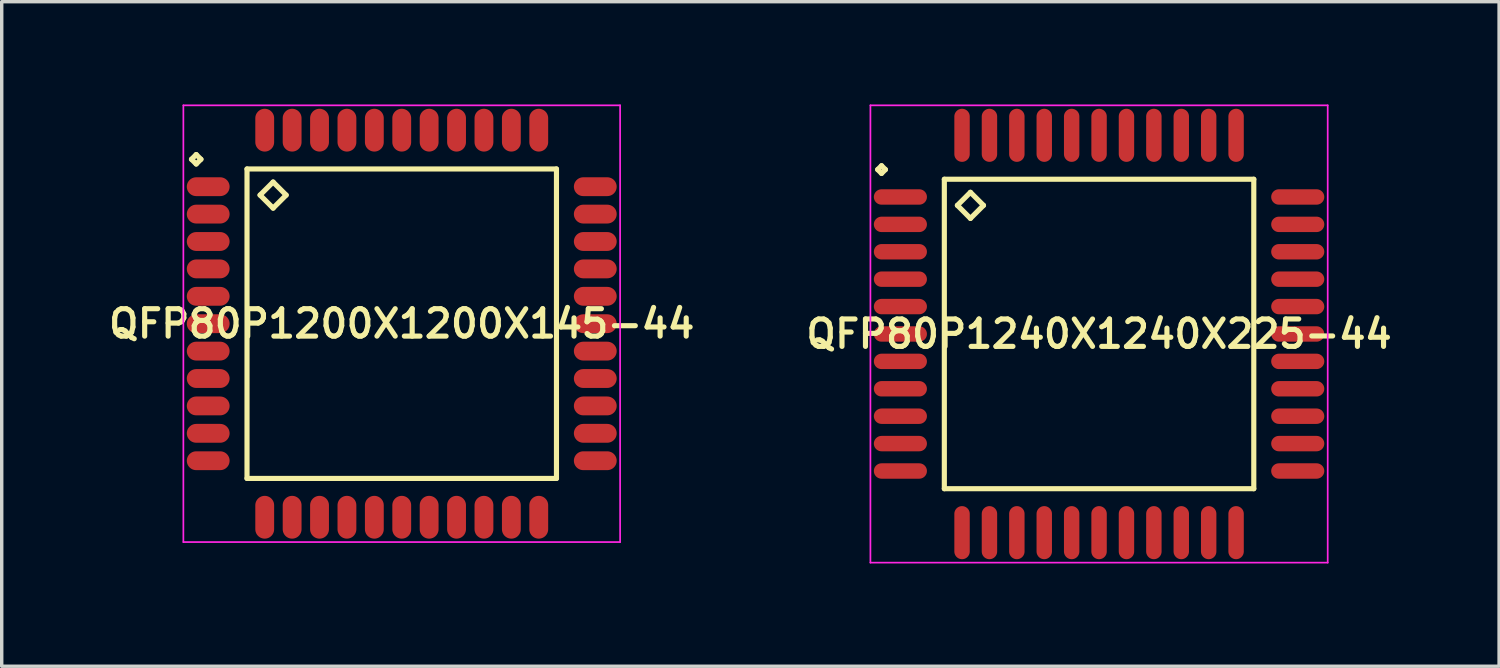
<source format=kicad_pcb>
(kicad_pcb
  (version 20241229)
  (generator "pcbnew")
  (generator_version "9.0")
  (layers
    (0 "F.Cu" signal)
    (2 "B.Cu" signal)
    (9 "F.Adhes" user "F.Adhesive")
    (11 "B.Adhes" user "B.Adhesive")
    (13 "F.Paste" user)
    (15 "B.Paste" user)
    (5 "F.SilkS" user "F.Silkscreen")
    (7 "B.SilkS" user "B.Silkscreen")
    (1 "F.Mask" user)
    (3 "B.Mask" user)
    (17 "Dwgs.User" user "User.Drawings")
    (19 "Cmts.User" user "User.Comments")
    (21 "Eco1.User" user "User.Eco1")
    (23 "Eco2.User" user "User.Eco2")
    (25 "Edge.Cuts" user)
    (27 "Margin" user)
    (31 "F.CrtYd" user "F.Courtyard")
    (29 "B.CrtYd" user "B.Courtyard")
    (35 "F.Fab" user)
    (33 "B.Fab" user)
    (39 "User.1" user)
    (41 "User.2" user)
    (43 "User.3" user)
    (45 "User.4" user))
  (footprint "QFP80P1240X1240X225-44"
    (layer "F.Cu")
    (at 29.035 6.7)
    (property "Reference" "QFP80P1240X1240X225-44" (at 0 0 0) (layer "F.SilkS") (effects (font (size 0.8 0.8) (thickness 0.15))))
    (attr smd)
    (fp_line (start -6.463 -4.8) (end -6.35 -4.912) (stroke (width 0.15) (type solid)) (layer "F.SilkS"))
    (fp_line (start -6.35 -4.912) (end -6.237 -4.8) (stroke (width 0.15) (type solid)) (layer "F.SilkS"))
    (fp_line (start -6.35 -4.688) (end -6.463 -4.8) (stroke (width 0.15) (type solid)) (layer "F.SilkS"))
    (fp_line (start -6.237 -4.8) (end -6.35 -4.688) (stroke (width 0.15) (type solid)) (layer "F.SilkS"))
    (fp_line (start -4.517 -4.517) (end -4.517 4.517) (stroke (width 0.15) (type solid)) (layer "F.SilkS"))
    (fp_line (start -4.517 4.517) (end 4.517 4.517) (stroke (width 0.15) (type solid)) (layer "F.SilkS"))
    (fp_line (start -4.136 -3.755) (end -3.755 -4.136) (stroke (width 0.15) (type solid)) (layer "F.SilkS"))
    (fp_line (start -3.755 -4.136) (end -3.374 -3.755) (stroke (width 0.15) (type solid)) (layer "F.SilkS"))
    (fp_line (start -3.755 -3.374) (end -4.136 -3.755) (stroke (width 0.15) (type solid)) (layer "F.SilkS"))
    (fp_line (start -3.374 -3.755) (end -3.755 -3.374) (stroke (width 0.15) (type solid)) (layer "F.SilkS"))
    (fp_line (start 4.517 -4.517) (end -4.517 -4.517) (stroke (width 0.15) (type solid)) (layer "F.SilkS"))
    (fp_line (start 4.517 4.517) (end 4.517 -4.517) (stroke (width 0.15) (type solid)) (layer "F.SilkS"))
    (fp_line (start -6.675 -6.675) (end 6.675 -6.675) (stroke (width 0.05) (type solid)) (layer "F.CrtYd"))
    (fp_line (start -6.675 6.675) (end -6.675 -6.675) (stroke (width 0.05) (type solid)) (layer "F.CrtYd"))
    (fp_line (start 6.675 -6.675) (end 6.675 6.675) (stroke (width 0.05) (type solid)) (layer "F.CrtYd"))
    (fp_line (start 6.675 6.675) (end -6.675 6.675) (stroke (width 0.05) (type solid)) (layer "F.CrtYd"))
    (pad "1" smd oval (at -5.8 -4) (size 1.55 0.45) (layers "F.Cu" "F.Mask" "F.Paste"))
    (pad "2" smd oval (at -5.8 -3.2) (size 1.55 0.45) (layers "F.Cu" "F.Mask" "F.Paste"))
    (pad "3" smd oval (at -5.8 -2.4) (size 1.55 0.45) (layers "F.Cu" "F.Mask" "F.Paste"))
    (pad "4" smd oval (at -5.8 -1.6) (size 1.55 0.45) (layers "F.Cu" "F.Mask" "F.Paste"))
    (pad "5" smd oval (at -5.8 -0.8) (size 1.55 0.45) (layers "F.Cu" "F.Mask" "F.Paste"))
    (pad "6" smd oval (at -5.8 0) (size 1.55 0.45) (layers "F.Cu" "F.Mask" "F.Paste"))
    (pad "7" smd oval (at -5.8 0.8) (size 1.55 0.45) (layers "F.Cu" "F.Mask" "F.Paste"))
    (pad "8" smd oval (at -5.8 1.6) (size 1.55 0.45) (layers "F.Cu" "F.Mask" "F.Paste"))
    (pad "9" smd oval (at -5.8 2.4) (size 1.55 0.45) (layers "F.Cu" "F.Mask" "F.Paste"))
    (pad "10" smd oval (at -5.8 3.2) (size 1.55 0.45) (layers "F.Cu" "F.Mask" "F.Paste"))
    (pad "11" smd oval (at -5.8 4) (size 1.55 0.45) (layers "F.Cu" "F.Mask" "F.Paste"))
    (pad "12" smd oval (at -4 5.8) (size 0.45 1.55) (layers "F.Cu" "F.Mask" "F.Paste"))
    (pad "13" smd oval (at -3.2 5.8) (size 0.45 1.55) (layers "F.Cu" "F.Mask" "F.Paste"))
    (pad "14" smd oval (at -2.4 5.8) (size 0.45 1.55) (layers "F.Cu" "F.Mask" "F.Paste"))
    (pad "15" smd oval (at -1.6 5.8) (size 0.45 1.55) (layers "F.Cu" "F.Mask" "F.Paste"))
    (pad "16" smd oval (at -0.8 5.8) (size 0.45 1.55) (layers "F.Cu" "F.Mask" "F.Paste"))
    (pad "17" smd oval (at 0 5.8) (size 0.45 1.55) (layers "F.Cu" "F.Mask" "F.Paste"))
    (pad "18" smd oval (at 0.8 5.8) (size 0.45 1.55) (layers "F.Cu" "F.Mask" "F.Paste"))
    (pad "19" smd oval (at 1.6 5.8) (size 0.45 1.55) (layers "F.Cu" "F.Mask" "F.Paste"))
    (pad "20" smd oval (at 2.4 5.8) (size 0.45 1.55) (layers "F.Cu" "F.Mask" "F.Paste"))
    (pad "21" smd oval (at 3.2 5.8) (size 0.45 1.55) (layers "F.Cu" "F.Mask" "F.Paste"))
    (pad "22" smd oval (at 4 5.8) (size 0.45 1.55) (layers "F.Cu" "F.Mask" "F.Paste"))
    (pad "23" smd oval (at 5.8 4) (size 1.55 0.45) (layers "F.Cu" "F.Mask" "F.Paste"))
    (pad "24" smd oval (at 5.8 3.2) (size 1.55 0.45) (layers "F.Cu" "F.Mask" "F.Paste"))
    (pad "25" smd oval (at 5.8 2.4) (size 1.55 0.45) (layers "F.Cu" "F.Mask" "F.Paste"))
    (pad "26" smd oval (at 5.8 1.6) (size 1.55 0.45) (layers "F.Cu" "F.Mask" "F.Paste"))
    (pad "27" smd oval (at 5.8 0.8) (size 1.55 0.45) (layers "F.Cu" "F.Mask" "F.Paste"))
    (pad "28" smd oval (at 5.8 0) (size 1.55 0.45) (layers "F.Cu" "F.Mask" "F.Paste"))
    (pad "29" smd oval (at 5.8 -0.8) (size 1.55 0.45) (layers "F.Cu" "F.Mask" "F.Paste"))
    (pad "30" smd oval (at 5.8 -1.6) (size 1.55 0.45) (layers "F.Cu" "F.Mask" "F.Paste"))
    (pad "31" smd oval (at 5.8 -2.4) (size 1.55 0.45) (layers "F.Cu" "F.Mask" "F.Paste"))
    (pad "32" smd oval (at 5.8 -3.2) (size 1.55 0.45) (layers "F.Cu" "F.Mask" "F.Paste"))
    (pad "33" smd oval (at 5.8 -4) (size 1.55 0.45) (layers "F.Cu" "F.Mask" "F.Paste"))
    (pad "34" smd oval (at 4 -5.8) (size 0.45 1.55) (layers "F.Cu" "F.Mask" "F.Paste"))
    (pad "35" smd oval (at 3.2 -5.8) (size 0.45 1.55) (layers "F.Cu" "F.Mask" "F.Paste"))
    (pad "36" smd oval (at 2.4 -5.8) (size 0.45 1.55) (layers "F.Cu" "F.Mask" "F.Paste"))
    (pad "37" smd oval (at 1.6 -5.8) (size 0.45 1.55) (layers "F.Cu" "F.Mask" "F.Paste"))
    (pad "38" smd oval (at 0.8 -5.8) (size 0.45 1.55) (layers "F.Cu" "F.Mask" "F.Paste"))
    (pad "39" smd oval (at 0 -5.8) (size 0.45 1.55) (layers "F.Cu" "F.Mask" "F.Paste"))
    (pad "40" smd oval (at -0.8 -5.8) (size 0.45 1.55) (layers "F.Cu" "F.Mask" "F.Paste"))
    (pad "41" smd oval (at -1.6 -5.8) (size 0.45 1.55) (layers "F.Cu" "F.Mask" "F.Paste"))
    (pad "42" smd oval (at -2.4 -5.8) (size 0.45 1.55) (layers "F.Cu" "F.Mask" "F.Paste"))
    (pad "43" smd oval (at -3.2 -5.8) (size 0.45 1.55) (layers "F.Cu" "F.Mask" "F.Paste"))
    (pad "44" smd oval (at -4 -5.8) (size 0.45 1.55) (layers "F.Cu" "F.Mask" "F.Paste")))
  (footprint "QFP80P1200X1200X145-44"
    (layer "F.Cu")
    (at 8.678 6.4)
    (property "Reference" "QFP80P1200X1200X145-44" (at 0 0 0) (layer "F.SilkS") (effects (font (size 0.8 0.8) (thickness 0.15))))
    (attr smd)
    (fp_line (start -6.138 -4.8) (end -6 -4.938) (stroke (width 0.15) (type solid)) (layer "F.SilkS"))
    (fp_line (start -6 -4.938) (end -5.862 -4.8) (stroke (width 0.15) (type solid)) (layer "F.SilkS"))
    (fp_line (start -6 -4.662) (end -6.138 -4.8) (stroke (width 0.15) (type solid)) (layer "F.SilkS"))
    (fp_line (start -5.862 -4.8) (end -6 -4.662) (stroke (width 0.15) (type solid)) (layer "F.SilkS"))
    (fp_line (start -4.517 -4.517) (end -4.517 4.517) (stroke (width 0.15) (type solid)) (layer "F.SilkS"))
    (fp_line (start -4.517 4.517) (end 4.517 4.517) (stroke (width 0.15) (type solid)) (layer "F.SilkS"))
    (fp_line (start -4.136 -3.755) (end -3.755 -4.136) (stroke (width 0.15) (type solid)) (layer "F.SilkS"))
    (fp_line (start -3.755 -4.136) (end -3.374 -3.755) (stroke (width 0.15) (type solid)) (layer "F.SilkS"))
    (fp_line (start -3.755 -3.374) (end -4.136 -3.755) (stroke (width 0.15) (type solid)) (layer "F.SilkS"))
    (fp_line (start -3.374 -3.755) (end -3.755 -3.374) (stroke (width 0.15) (type solid)) (layer "F.SilkS"))
    (fp_line (start 4.517 -4.517) (end -4.517 -4.517) (stroke (width 0.15) (type solid)) (layer "F.SilkS"))
    (fp_line (start 4.517 4.517) (end 4.517 -4.517) (stroke (width 0.15) (type solid)) (layer "F.SilkS"))
    (fp_line (start -6.375 -6.375) (end 6.375 -6.375) (stroke (width 0.05) (type solid)) (layer "F.CrtYd"))
    (fp_line (start -6.375 6.375) (end -6.375 -6.375) (stroke (width 0.05) (type solid)) (layer "F.CrtYd"))
    (fp_line (start 6.375 -6.375) (end 6.375 6.375) (stroke (width 0.05) (type solid)) (layer "F.CrtYd"))
    (fp_line (start 6.375 6.375) (end -6.375 6.375) (stroke (width 0.05) (type solid)) (layer "F.CrtYd"))
    (pad "1" smd oval (at -5.65 -4) (size 1.25 0.55) (layers "F.Cu" "F.Mask" "F.Paste"))
    (pad "2" smd oval (at -5.65 -3.2) (size 1.25 0.55) (layers "F.Cu" "F.Mask" "F.Paste"))
    (pad "3" smd oval (at -5.65 -2.4) (size 1.25 0.55) (layers "F.Cu" "F.Mask" "F.Paste"))
    (pad "4" smd oval (at -5.65 -1.6) (size 1.25 0.55) (layers "F.Cu" "F.Mask" "F.Paste"))
    (pad "5" smd oval (at -5.65 -0.8) (size 1.25 0.55) (layers "F.Cu" "F.Mask" "F.Paste"))
    (pad "6" smd oval (at -5.65 0) (size 1.25 0.55) (layers "F.Cu" "F.Mask" "F.Paste"))
    (pad "7" smd oval (at -5.65 0.8) (size 1.25 0.55) (layers "F.Cu" "F.Mask" "F.Paste"))
    (pad "8" smd oval (at -5.65 1.6) (size 1.25 0.55) (layers "F.Cu" "F.Mask" "F.Paste"))
    (pad "9" smd oval (at -5.65 2.4) (size 1.25 0.55) (layers "F.Cu" "F.Mask" "F.Paste"))
    (pad "10" smd oval (at -5.65 3.2) (size 1.25 0.55) (layers "F.Cu" "F.Mask" "F.Paste"))
    (pad "11" smd oval (at -5.65 4) (size 1.25 0.55) (layers "F.Cu" "F.Mask" "F.Paste"))
    (pad "12" smd oval (at -4 5.65) (size 0.55 1.25) (layers "F.Cu" "F.Mask" "F.Paste"))
    (pad "13" smd oval (at -3.2 5.65) (size 0.55 1.25) (layers "F.Cu" "F.Mask" "F.Paste"))
    (pad "14" smd oval (at -2.4 5.65) (size 0.55 1.25) (layers "F.Cu" "F.Mask" "F.Paste"))
    (pad "15" smd oval (at -1.6 5.65) (size 0.55 1.25) (layers "F.Cu" "F.Mask" "F.Paste"))
    (pad "16" smd oval (at -0.8 5.65) (size 0.55 1.25) (layers "F.Cu" "F.Mask" "F.Paste"))
    (pad "17" smd oval (at 0 5.65) (size 0.55 1.25) (layers "F.Cu" "F.Mask" "F.Paste"))
    (pad "18" smd oval (at 0.8 5.65) (size 0.55 1.25) (layers "F.Cu" "F.Mask" "F.Paste"))
    (pad "19" smd oval (at 1.6 5.65) (size 0.55 1.25) (layers "F.Cu" "F.Mask" "F.Paste"))
    (pad "20" smd oval (at 2.4 5.65) (size 0.55 1.25) (layers "F.Cu" "F.Mask" "F.Paste"))
    (pad "21" smd oval (at 3.2 5.65) (size 0.55 1.25) (layers "F.Cu" "F.Mask" "F.Paste"))
    (pad "22" smd oval (at 4 5.65) (size 0.55 1.25) (layers "F.Cu" "F.Mask" "F.Paste"))
    (pad "23" smd oval (at 5.65 4) (size 1.25 0.55) (layers "F.Cu" "F.Mask" "F.Paste"))
    (pad "24" smd oval (at 5.65 3.2) (size 1.25 0.55) (layers "F.Cu" "F.Mask" "F.Paste"))
    (pad "25" smd oval (at 5.65 2.4) (size 1.25 0.55) (layers "F.Cu" "F.Mask" "F.Paste"))
    (pad "26" smd oval (at 5.65 1.6) (size 1.25 0.55) (layers "F.Cu" "F.Mask" "F.Paste"))
    (pad "27" smd oval (at 5.65 0.8) (size 1.25 0.55) (layers "F.Cu" "F.Mask" "F.Paste"))
    (pad "28" smd oval (at 5.65 0) (size 1.25 0.55) (layers "F.Cu" "F.Mask" "F.Paste"))
    (pad "29" smd oval (at 5.65 -0.8) (size 1.25 0.55) (layers "F.Cu" "F.Mask" "F.Paste"))
    (pad "30" smd oval (at 5.65 -1.6) (size 1.25 0.55) (layers "F.Cu" "F.Mask" "F.Paste"))
    (pad "31" smd oval (at 5.65 -2.4) (size 1.25 0.55) (layers "F.Cu" "F.Mask" "F.Paste"))
    (pad "32" smd oval (at 5.65 -3.2) (size 1.25 0.55) (layers "F.Cu" "F.Mask" "F.Paste"))
    (pad "33" smd oval (at 5.65 -4) (size 1.25 0.55) (layers "F.Cu" "F.Mask" "F.Paste"))
    (pad "34" smd oval (at 4 -5.65) (size 0.55 1.25) (layers "F.Cu" "F.Mask" "F.Paste"))
    (pad "35" smd oval (at 3.2 -5.65) (size 0.55 1.25) (layers "F.Cu" "F.Mask" "F.Paste"))
    (pad "36" smd oval (at 2.4 -5.65) (size 0.55 1.25) (layers "F.Cu" "F.Mask" "F.Paste"))
    (pad "37" smd oval (at 1.6 -5.65) (size 0.55 1.25) (layers "F.Cu" "F.Mask" "F.Paste"))
    (pad "38" smd oval (at 0.8 -5.65) (size 0.55 1.25) (layers "F.Cu" "F.Mask" "F.Paste"))
    (pad "39" smd oval (at 0 -5.65) (size 0.55 1.25) (layers "F.Cu" "F.Mask" "F.Paste"))
    (pad "40" smd oval (at -0.8 -5.65) (size 0.55 1.25) (layers "F.Cu" "F.Mask" "F.Paste"))
    (pad "41" smd oval (at -1.6 -5.65) (size 0.55 1.25) (layers "F.Cu" "F.Mask" "F.Paste"))
    (pad "42" smd oval (at -2.4 -5.65) (size 0.55 1.25) (layers "F.Cu" "F.Mask" "F.Paste"))
    (pad "43" smd oval (at -3.2 -5.65) (size 0.55 1.25) (layers "F.Cu" "F.Mask" "F.Paste"))
    (pad "44" smd oval (at -4 -5.65) (size 0.55 1.25) (layers "F.Cu" "F.Mask" "F.Paste")))
  (gr_rect
    (start -3 -3)
    (end 40.713 16.4)
    (stroke (width 0.1) (type default))
    (fill no)
    (layer "Edge.Cuts")))
</source>
